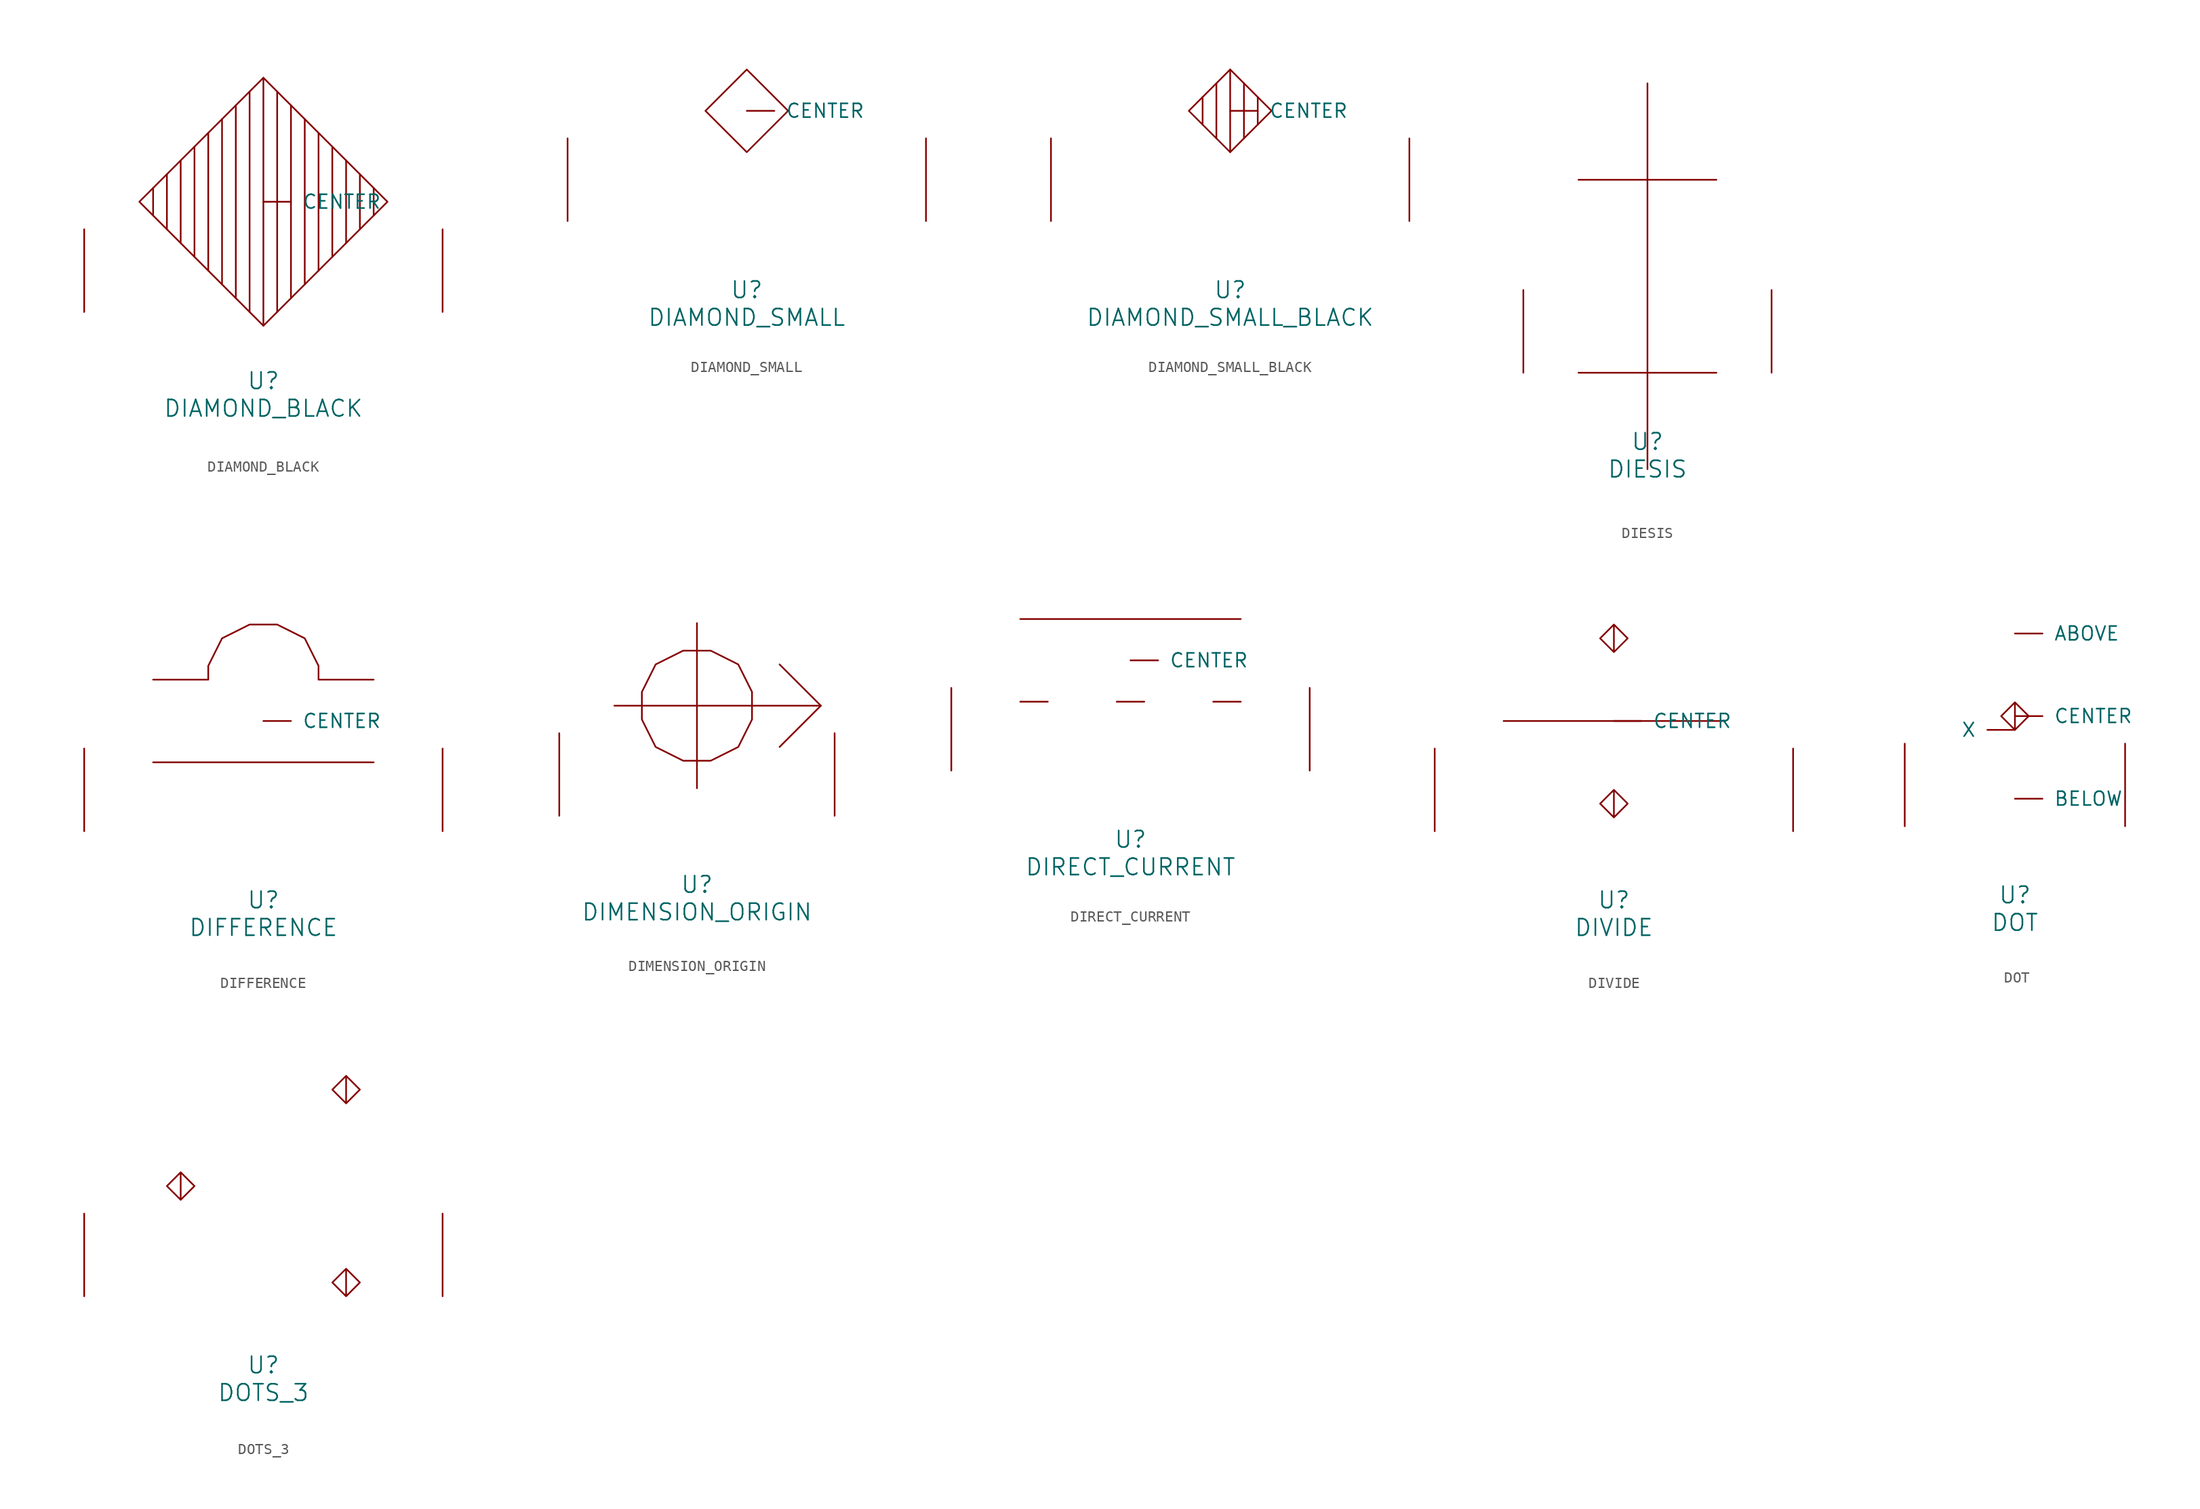
<source format=kicad_sym>
(kicad_symbol_lib
  (version 20220914)
  (generator font_lib2sym)
  (symbol "DIAMOND_BLACK"
    (pin_names
      (offset 1.016))
    (property "Reference" "U"
      (at 0 -6.35 0)
      (effects (font (size 1.524 1.524))))
    (property "Value" "DIAMOND_BLACK"
      (at 0 -8.89 0)
      (effects (font (size 1.524 1.524))))
    (symbol "DIAMOND_BLACK_0_1"
      (polyline (pts (xy -10.16 11.43) (xy -10.16 8.89)) (stroke (width 0) (type solid)) (fill (type none)))
      (polyline (pts (xy -8.89 7.62) (xy -8.89 12.7)) (stroke (width 0) (type solid)) (fill (type none)))
      (polyline (pts (xy -7.62 13.97) (xy -7.62 6.35)) (stroke (width 0) (type solid)) (fill (type none)))
      (polyline (pts (xy -6.35 5.08) (xy -6.35 15.24)) (stroke (width 0) (type solid)) (fill (type none)))
      (polyline (pts (xy -5.08 16.51) (xy -5.08 3.81)) (stroke (width 0) (type solid)) (fill (type none)))
      (polyline (pts (xy -3.81 2.54) (xy -3.81 17.78)) (stroke (width 0) (type solid)) (fill (type none)))
      (polyline (pts (xy -2.54 19.05) (xy -2.54 1.27)) (stroke (width 0) (type solid)) (fill (type none)))
      (polyline (pts (xy -1.27 0) (xy -1.27 20.32)) (stroke (width 0) (type solid)) (fill (type none)))
      (polyline (pts (xy 0 21.59) (xy 0 -1.27)) (stroke (width 0) (type solid)) (fill (type none)))
      (polyline (pts (xy 1.27 0) (xy 1.27 20.32)) (stroke (width 0) (type solid)) (fill (type none)))
      (polyline (pts (xy 2.54 19.05) (xy 2.54 1.27)) (stroke (width 0) (type solid)) (fill (type none)))
      (polyline (pts (xy 3.81 2.54) (xy 3.81 17.78)) (stroke (width 0) (type solid)) (fill (type none)))
      (polyline (pts (xy 5.08 16.51) (xy 5.08 3.81)) (stroke (width 0) (type solid)) (fill (type none)))
      (polyline (pts (xy 6.35 5.08) (xy 6.35 15.24)) (stroke (width 0) (type solid)) (fill (type none)))
      (polyline (pts (xy 7.62 13.97) (xy 7.62 6.35)) (stroke (width 0) (type solid)) (fill (type none)))
      (polyline (pts (xy 8.89 7.62) (xy 8.89 12.7)) (stroke (width 0) (type solid)) (fill (type none)))
      (polyline (pts (xy 10.16 11.43) (xy 10.16 8.89)) (stroke (width 0) (type solid)) (fill (type none)))
      (polyline (pts (xy 0 21.59) (xy 11.43 10.16) (xy 0 -1.27) (xy -11.43 10.16) (xy 0 21.59)) (stroke (width 0) (type solid)) (fill (type none)))
      (pin input line (at 0 10.16 0) (length 2.54) (name "CENTER" (effects (font (size 1.27 1.27)))) (number "~" (effects (font (size 1.27 1.27)))))
      (pin input line (at -16.51 0 90) (length 7.62) (name "~" (effects (font (size 1.27 1.27)))) (number "~" (effects (font (size 1.27 1.27)))))
      (pin input line (at 16.51 0 90) (length 7.62) (name "~" (effects (font (size 1.27 1.27)))) (number "~" (effects (font (size 1.27 1.27)))))))
  (symbol "DIAMOND_SMALL"
    (pin_names
      (offset 1.016))
    (property "Reference" "U"
      (at 0 -6.35 0)
      (effects (font (size 1.524 1.524))))
    (property "Value" "DIAMOND_SMALL"
      (at 0 -8.89 0)
      (effects (font (size 1.524 1.524))))
    (symbol "DIAMOND_SMALL_0_1"
      (polyline (pts (xy 0 13.97) (xy 3.81 10.16) (xy 0 6.35) (xy -3.81 10.16) (xy 0 13.97)) (stroke (width 0) (type solid)) (fill (type none)))
      (pin input line (at 0 10.16 0) (length 2.54) (name "CENTER" (effects (font (size 1.27 1.27)))) (number "~" (effects (font (size 1.27 1.27)))))
      (pin input line (at -16.51 0 90) (length 7.62) (name "~" (effects (font (size 1.27 1.27)))) (number "~" (effects (font (size 1.27 1.27)))))
      (pin input line (at 16.51 0 90) (length 7.62) (name "~" (effects (font (size 1.27 1.27)))) (number "~" (effects (font (size 1.27 1.27)))))))
  (symbol "DIAMOND_SMALL_BLACK"
    (pin_names
      (offset 1.016))
    (property "Reference" "U"
      (at 0 -6.35 0)
      (effects (font (size 1.524 1.524))))
    (property "Value" "DIAMOND_SMALL_BLACK"
      (at 0 -8.89 0)
      (effects (font (size 1.524 1.524))))
    (symbol "DIAMOND_SMALL_BLACK_0_1"
      (polyline (pts (xy -2.54 11.43) (xy -2.54 8.89)) (stroke (width 0) (type solid)) (fill (type none)))
      (polyline (pts (xy -1.27 7.62) (xy -1.27 12.7)) (stroke (width 0) (type solid)) (fill (type none)))
      (polyline (pts (xy 0 13.97) (xy 0 6.35)) (stroke (width 0) (type solid)) (fill (type none)))
      (polyline (pts (xy 1.27 7.62) (xy 1.27 12.7)) (stroke (width 0) (type solid)) (fill (type none)))
      (polyline (pts (xy 2.54 11.43) (xy 2.54 8.89)) (stroke (width 0) (type solid)) (fill (type none)))
      (polyline (pts (xy 0 13.97) (xy 3.81 10.16) (xy 0 6.35) (xy -3.81 10.16) (xy 0 13.97)) (stroke (width 0) (type solid)) (fill (type none)))
      (pin input line (at 0 10.16 0) (length 2.54) (name "CENTER" (effects (font (size 1.27 1.27)))) (number "~" (effects (font (size 1.27 1.27)))))
      (pin input line (at -16.51 0 90) (length 7.62) (name "~" (effects (font (size 1.27 1.27)))) (number "~" (effects (font (size 1.27 1.27)))))
      (pin input line (at 16.51 0 90) (length 7.62) (name "~" (effects (font (size 1.27 1.27)))) (number "~" (effects (font (size 1.27 1.27)))))))
  (symbol "DIESIS"
    (pin_names
      (offset 1.016))
    (property "Reference" "U"
      (at 0 -6.35 0)
      (effects (font (size 1.524 1.524))))
    (property "Value" "DIESIS"
      (at 0 -8.89 0)
      (effects (font (size 1.524 1.524))))
    (symbol "DIESIS_0_1"
      (polyline (pts (xy -6.35 0) (xy 6.35 0)) (stroke (width 0) (type solid)) (fill (type none)))
      (polyline (pts (xy -6.35 17.78) (xy 6.35 17.78)) (stroke (width 0) (type solid)) (fill (type none)))
      (polyline (pts (xy 0 26.67) (xy 0 -8.89)) (stroke (width 0) (type solid)) (fill (type none)))
      (pin input line (at -11.43 0 90) (length 7.62) (name "~" (effects (font (size 1.27 1.27)))) (number "~" (effects (font (size 1.27 1.27)))))
      (pin input line (at 11.43 0 90) (length 7.62) (name "~" (effects (font (size 1.27 1.27)))) (number "~" (effects (font (size 1.27 1.27)))))))
  (symbol "DIFFERENCE"
    (pin_names
      (offset 1.016))
    (property "Reference" "U"
      (at 0 -6.35 0)
      (effects (font (size 1.524 1.524))))
    (property "Value" "DIFFERENCE"
      (at 0 -8.89 0)
      (effects (font (size 1.524 1.524))))
    (symbol "DIFFERENCE_0_1"
      (polyline (pts (xy 10.16 6.35) (xy -10.16 6.35)) (stroke (width 0) (type solid)) (fill (type none)))
      (polyline (pts (xy -10.16 13.97) (xy -5.08 13.97) (xy -5.08 15.24) (xy -3.81 17.78) (xy -1.27 19.05) (xy 1.27 19.05) (xy 3.81 17.78) (xy 5.08 15.24) (xy 5.08 13.97) (xy 10.16 13.97)) (stroke (width 0) (type solid)) (fill (type none)))
      (pin input line (at 0 10.16 0) (length 2.54) (name "CENTER" (effects (font (size 1.27 1.27)))) (number "~" (effects (font (size 1.27 1.27)))))
      (pin input line (at -16.51 0 90) (length 7.62) (name "~" (effects (font (size 1.27 1.27)))) (number "~" (effects (font (size 1.27 1.27)))))
      (pin input line (at 16.51 0 90) (length 7.62) (name "~" (effects (font (size 1.27 1.27)))) (number "~" (effects (font (size 1.27 1.27)))))))
  (symbol "DIMENSION_ORIGIN"
    (pin_names
      (offset 1.016))
    (property "Reference" "U"
      (at 0 -6.35 0)
      (effects (font (size 1.524 1.524))))
    (property "Value" "DIMENSION_ORIGIN"
      (at 0 -8.89 0)
      (effects (font (size 1.524 1.524))))
    (symbol "DIMENSION_ORIGIN_0_1"
      (polyline (pts (xy -7.62 10.16) (xy 11.43 10.16)) (stroke (width 0) (type solid)) (fill (type none)))
      (polyline (pts (xy 0 17.78) (xy 0 2.54)) (stroke (width 0) (type solid)) (fill (type none)))
      (polyline (pts (xy 7.62 13.97) (xy 11.43 10.16) (xy 7.62 6.35)) (stroke (width 0) (type solid)) (fill (type none)))
      (polyline (pts (xy 5.08 11.43) (xy 3.81 13.97) (xy 1.27 15.24) (xy -1.27 15.24) (xy -3.81 13.97) (xy -5.08 11.43) (xy -5.08 8.89) (xy -3.81 6.35) (xy -1.27 5.08) (xy 1.27 5.08) (xy 3.81 6.35) (xy 5.08 8.89) (xy 5.08 11.43)) (stroke (width 0) (type solid)) (fill (type none)))
      (pin input line (at -12.7 0 90) (length 7.62) (name "~" (effects (font (size 1.27 1.27)))) (number "~" (effects (font (size 1.27 1.27)))))
      (pin input line (at 12.7 0 90) (length 7.62) (name "~" (effects (font (size 1.27 1.27)))) (number "~" (effects (font (size 1.27 1.27)))))))
  (symbol "DIRECT_CURRENT"
    (pin_names
      (offset 1.016))
    (property "Reference" "U"
      (at 0 -6.35 0)
      (effects (font (size 1.524 1.524))))
    (property "Value" "DIRECT_CURRENT"
      (at 0 -8.89 0)
      (effects (font (size 1.524 1.524))))
    (symbol "DIRECT_CURRENT_0_1"
      (polyline (pts (xy -10.16 6.35) (xy -7.62 6.35)) (stroke (width 0) (type solid)) (fill (type none)))
      (polyline (pts (xy -10.16 13.97) (xy 10.16 13.97)) (stroke (width 0) (type solid)) (fill (type none)))
      (polyline (pts (xy -1.27 6.35) (xy 1.27 6.35)) (stroke (width 0) (type solid)) (fill (type none)))
      (polyline (pts (xy 7.62 6.35) (xy 10.16 6.35)) (stroke (width 0) (type solid)) (fill (type none)))
      (pin input line (at 0 10.16 0) (length 2.54) (name "CENTER" (effects (font (size 1.27 1.27)))) (number "~" (effects (font (size 1.27 1.27)))))
      (pin input line (at -16.51 0 90) (length 7.62) (name "~" (effects (font (size 1.27 1.27)))) (number "~" (effects (font (size 1.27 1.27)))))
      (pin input line (at 16.51 0 90) (length 7.62) (name "~" (effects (font (size 1.27 1.27)))) (number "~" (effects (font (size 1.27 1.27)))))))
  (symbol "DIVIDE"
    (pin_names
      (offset 1.016))
    (property "Reference" "U"
      (at 0 -6.35 0)
      (effects (font (size 1.524 1.524))))
    (property "Value" "DIVIDE"
      (at 0 -8.89 0)
      (effects (font (size 1.524 1.524))))
    (symbol "DIVIDE_0_1"
      (polyline (pts (xy 10.16 10.16) (xy -10.16 10.16)) (stroke (width 0) (type solid)) (fill (type none)))
      (polyline (pts (xy 0 3.81) (xy 1.27 2.54) (xy 0 1.27) (xy -1.27 2.54) (xy 0 3.81) (xy 0 1.27)) (stroke (width 0) (type solid)) (fill (type none)))
      (polyline (pts (xy 0 19.05) (xy 1.27 17.78) (xy 0 16.51) (xy -1.27 17.78) (xy 0 19.05) (xy 0 16.51)) (stroke (width 0) (type solid)) (fill (type none)))
      (pin input line (at 0 10.16 0) (length 2.54) (name "CENTER" (effects (font (size 1.27 1.27)))) (number "~" (effects (font (size 1.27 1.27)))))
      (pin input line (at -16.51 0 90) (length 7.62) (name "~" (effects (font (size 1.27 1.27)))) (number "~" (effects (font (size 1.27 1.27)))))
      (pin input line (at 16.51 0 90) (length 7.62) (name "~" (effects (font (size 1.27 1.27)))) (number "~" (effects (font (size 1.27 1.27)))))))
  (symbol "DOT"
    (pin_names
      (offset 1.016))
    (property "Reference" "U"
      (at 0 -6.35 0)
      (effects (font (size 1.524 1.524))))
    (property "Value" "DOT"
      (at 0 -8.89 0)
      (effects (font (size 1.524 1.524))))
    (symbol "DOT_0_1"
      (polyline (pts (xy 0 11.43) (xy -1.27 10.16) (xy 0 8.89) (xy 1.27 10.16) (xy 0 11.43) (xy 0 8.89)) (stroke (width 0) (type solid)) (fill (type none)))
      (pin input line (at 0 17.78 0) (length 2.54) (name "ABOVE" (effects (font (size 1.27 1.27)))) (number "~" (effects (font (size 1.27 1.27)))))
      (pin input line (at 0 2.54 0) (length 2.54) (name "BELOW" (effects (font (size 1.27 1.27)))) (number "~" (effects (font (size 1.27 1.27)))))
      (pin input line (at 0 10.16 0) (length 2.54) (name "CENTER" (effects (font (size 1.27 1.27)))) (number "~" (effects (font (size 1.27 1.27)))))
      (pin input line (at 0 8.89 180) (length 2.54) (name "X" (effects (font (size 1.27 1.27)))) (number "~" (effects (font (size 1.27 1.27)))))
      (pin input line (at -10.16 0 90) (length 7.62) (name "~" (effects (font (size 1.27 1.27)))) (number "~" (effects (font (size 1.27 1.27)))))
      (pin input line (at 10.16 0 90) (length 7.62) (name "~" (effects (font (size 1.27 1.27)))) (number "~" (effects (font (size 1.27 1.27)))))))
  (symbol "DOTS_3"
    (pin_names
      (offset 1.016))
    (property "Reference" "U"
      (at 0 -6.35 0)
      (effects (font (size 1.524 1.524))))
    (property "Value" "DOTS_3"
      (at 0 -8.89 0)
      (effects (font (size 1.524 1.524))))
    (symbol "DOTS_3_0_1"
      (polyline (pts (xy -7.62 11.43) (xy -6.35 10.16) (xy -7.62 8.89) (xy -8.89 10.16) (xy -7.62 11.43) (xy -7.62 8.89)) (stroke (width 0) (type solid)) (fill (type none)))
      (polyline (pts (xy 7.62 2.54) (xy 8.89 1.27) (xy 7.62 0) (xy 6.35 1.27) (xy 7.62 2.54) (xy 7.62 0)) (stroke (width 0) (type solid)) (fill (type none)))
      (polyline (pts (xy 7.62 20.32) (xy 8.89 19.05) (xy 7.62 17.78) (xy 6.35 19.05) (xy 7.62 20.32) (xy 7.62 17.78)) (stroke (width 0) (type solid)) (fill (type none)))
      (pin input line (at -16.51 0 90) (length 7.62) (name "~" (effects (font (size 1.27 1.27)))) (number "~" (effects (font (size 1.27 1.27)))))
      (pin input line (at 16.51 0 90) (length 7.62) (name "~" (effects (font (size 1.27 1.27)))) (number "~" (effects (font (size 1.27 1.27))))))))
</source>
